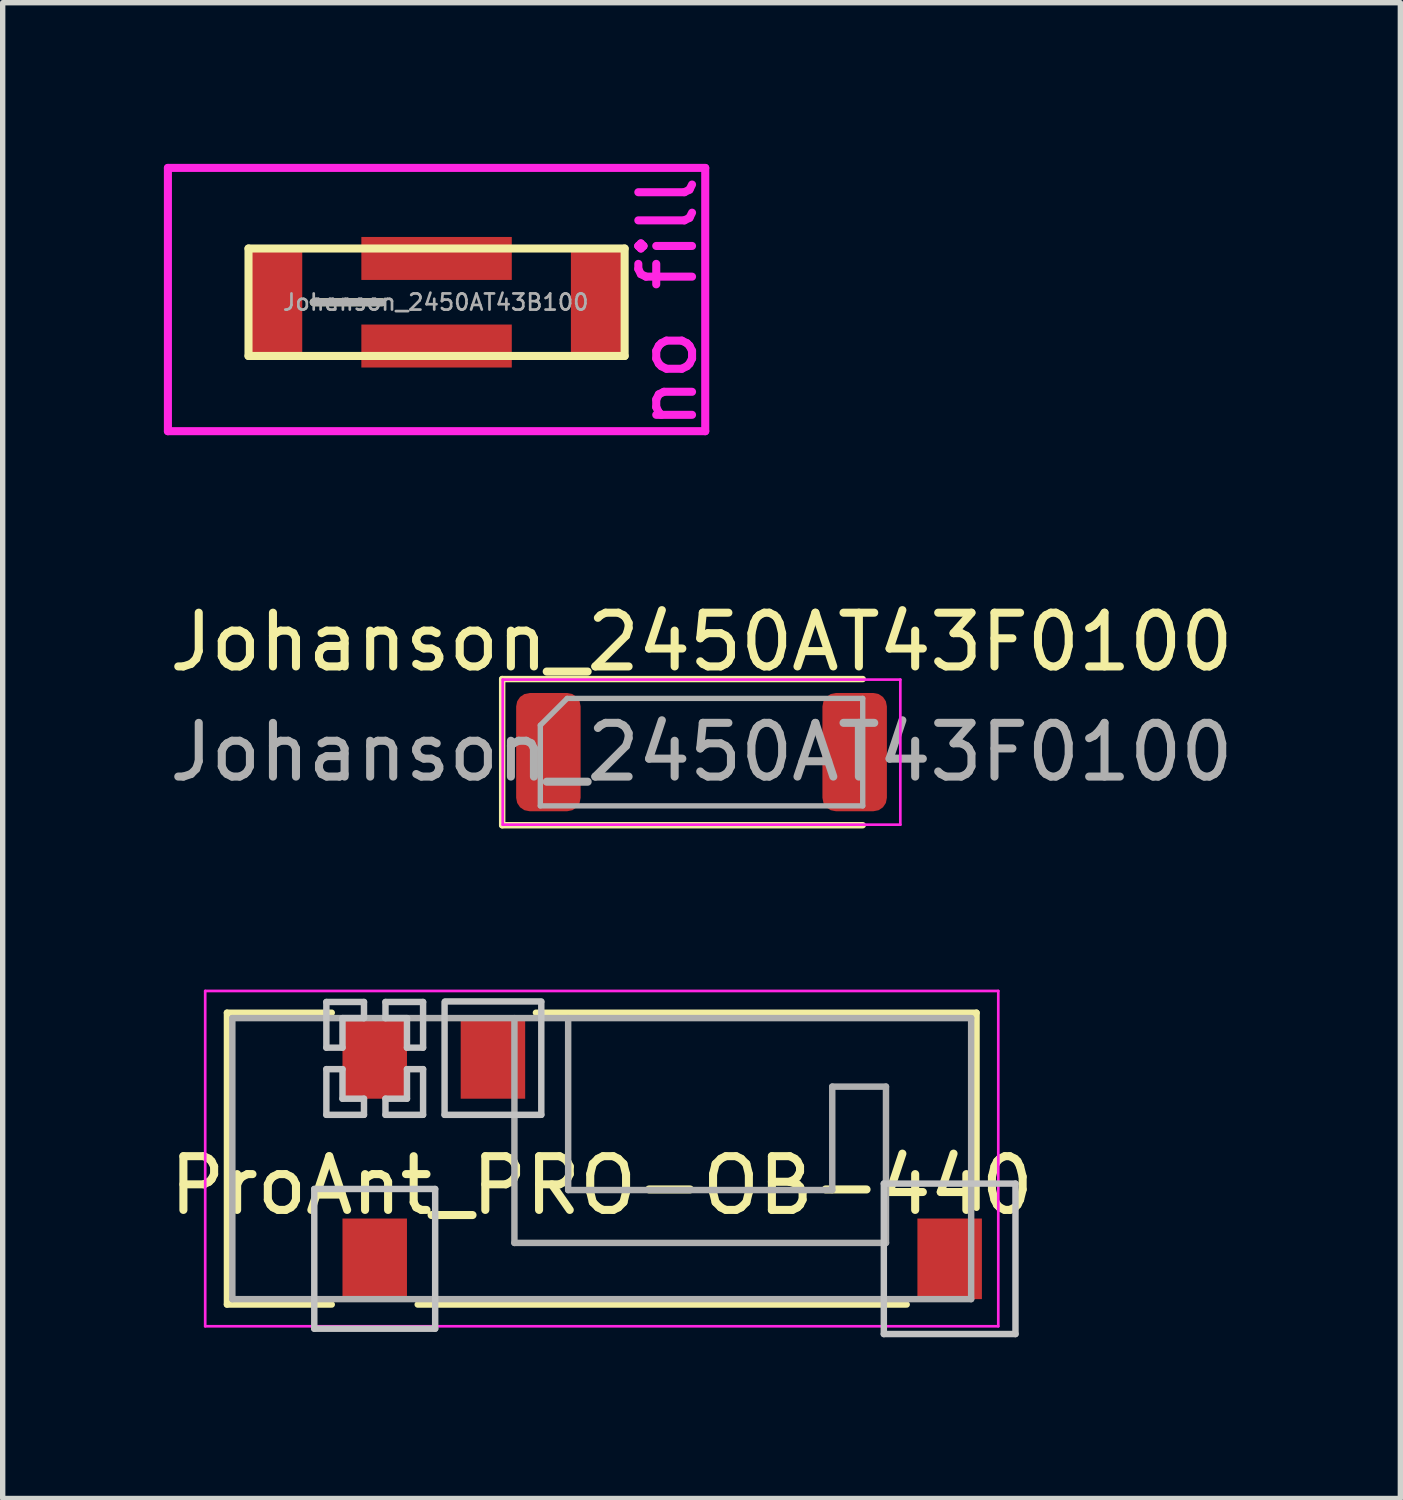
<source format=kicad_pcb>
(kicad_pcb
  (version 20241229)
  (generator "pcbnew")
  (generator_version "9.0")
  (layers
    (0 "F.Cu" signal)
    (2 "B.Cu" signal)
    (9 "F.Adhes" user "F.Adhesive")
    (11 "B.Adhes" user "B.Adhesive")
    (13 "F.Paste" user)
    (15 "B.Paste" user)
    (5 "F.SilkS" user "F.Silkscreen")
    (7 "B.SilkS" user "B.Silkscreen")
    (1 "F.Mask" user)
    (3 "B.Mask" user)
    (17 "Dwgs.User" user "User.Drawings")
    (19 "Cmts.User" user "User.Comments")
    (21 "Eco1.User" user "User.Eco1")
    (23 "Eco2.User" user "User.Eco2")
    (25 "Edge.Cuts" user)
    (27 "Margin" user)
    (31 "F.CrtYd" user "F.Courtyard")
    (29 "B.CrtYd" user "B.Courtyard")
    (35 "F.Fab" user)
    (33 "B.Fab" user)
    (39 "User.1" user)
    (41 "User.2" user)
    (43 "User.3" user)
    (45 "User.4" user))
  (footprint "Johanson_2450AT43B100"
    (layer "F.Cu")
    (at 5.075 2.575)
    (property "Reference" "Johanson_2450AT43B100" (at -0.015 0 0) (layer "F.Fab") (effects (font (size 0.3 0.3) (thickness 0.05))))
    (attr through_hole)
    (fp_line (start -3.5 -1) (end -3.5 1) (stroke (width 0.15) (type solid)) (layer "F.SilkS"))
    (fp_line (start -3.5 1) (end 3.5 1) (stroke (width 0.15) (type solid)) (layer "F.SilkS"))
    (fp_line (start -2.286 0) (end -1.016 0) (stroke (width 0.15) (type solid)) (layer "F.SilkS"))
    (fp_line (start 3.5 -1) (end -3.5 -1) (stroke (width 0.15) (type solid)) (layer "F.SilkS"))
    (fp_line (start 3.5 1) (end 3.5 -1) (stroke (width 0.15) (type solid)) (layer "F.SilkS"))
    (fp_line (start -5 -2.5) (end -5 2.4) (stroke (width 0.15) (type solid)) (layer "F.CrtYd"))
    (fp_line (start -5 2.4) (end 5 2.4) (stroke (width 0.15) (type solid)) (layer "F.CrtYd"))
    (fp_line (start 5 -2.5) (end -5 -2.5) (stroke (width 0.15) (type solid)) (layer "F.CrtYd"))
    (fp_line (start 5 2.4) (end 5 -2.5) (stroke (width 0.15) (type solid)) (layer "F.CrtYd"))
    (fp_line (start -2.286 0) (end -1.016 0) (stroke (width 0.15) (type solid)) (layer "F.Fab"))
    (fp_text user "no fill" (at 4.3 0 90) (layer "F.CrtYd") (effects (font (size 1 1) (thickness 0.15))))
    (pad "" smd rect (at 0 -0.815) (size 2.8 0.8) (layers "F.Cu" "F.Mask" "F.Paste"))
    (pad "" smd rect (at 0 0.815) (size 2.8 0.8) (layers "F.Cu" "F.Mask" "F.Paste"))
    (pad "" smd rect (at 3 0) (size 1 2) (layers "F.Cu" "F.Mask" "F.Paste"))
    (pad "1" smd rect (at -3 0) (size 1 2) (layers "F.Cu" "F.Mask" "F.Paste")))
  (footprint "ProAnt_PRO-OB-440"
    (layer "F.Cu")
    (at 8.149 18.513)
    (property "Reference" "ProAnt_PRO-OB-440" (at 0 0.5 0) (layer "F.SilkS") (effects (font (size 1 1) (thickness 0.15))))
    (attr smd)
    (fp_line (start -6.975 -2.715) (end -6.975 2.715) (stroke (width 0.12) (type solid)) (layer "F.SilkS"))
    (fp_line (start -6.975 2.715) (end -5.025 2.715) (stroke (width 0.12) (type solid)) (layer "F.SilkS"))
    (fp_line (start -5.025 -2.715) (end -6.975 -2.715) (stroke (width 0.12) (type solid)) (layer "F.SilkS"))
    (fp_line (start -3.425 2.715) (end 5.675 2.715) (stroke (width 0.12) (type solid)) (layer "F.SilkS"))
    (fp_line (start -1.225 -2.715) (end 6.975 -2.715) (stroke (width 0.12) (type solid)) (layer "F.SilkS"))
    (fp_line (start 6.975 -2.715) (end 6.975 0.915) (stroke (width 0.12) (type solid)) (layer "F.SilkS"))
    (fp_line (start -5.35 0.565) (end -3.1 0.565) (stroke (width 0.12) (type solid)) (layer "Dwgs.User"))
    (fp_line (start -5.35 3.165) (end -5.35 0.565) (stroke (width 0.12) (type solid)) (layer "Dwgs.User"))
    (fp_line (start -5.125 -2.915) (end -4.425 -2.915) (stroke (width 0.12) (type solid)) (layer "Dwgs.User"))
    (fp_line (start -5.125 -2.065) (end -5.125 -2.915) (stroke (width 0.12) (type solid)) (layer "Dwgs.User"))
    (fp_line (start -5.125 -1.665) (end -4.825 -1.665) (stroke (width 0.12) (type solid)) (layer "Dwgs.User"))
    (fp_line (start -5.125 -0.815) (end -5.125 -1.665) (stroke (width 0.12) (type solid)) (layer "Dwgs.User"))
    (fp_line (start -4.825 -2.615) (end -4.825 -2.065) (stroke (width 0.12) (type solid)) (layer "Dwgs.User"))
    (fp_line (start -4.825 -2.065) (end -5.125 -2.065) (stroke (width 0.12) (type solid)) (layer "Dwgs.User"))
    (fp_line (start -4.825 -1.665) (end -4.825 -1.115) (stroke (width 0.12) (type solid)) (layer "Dwgs.User"))
    (fp_line (start -4.825 -1.115) (end -4.425 -1.115) (stroke (width 0.12) (type solid)) (layer "Dwgs.User"))
    (fp_line (start -4.425 -2.915) (end -4.425 -2.615) (stroke (width 0.12) (type solid)) (layer "Dwgs.User"))
    (fp_line (start -4.425 -2.615) (end -4.825 -2.615) (stroke (width 0.12) (type solid)) (layer "Dwgs.User"))
    (fp_line (start -4.425 -1.115) (end -4.425 -0.815) (stroke (width 0.12) (type solid)) (layer "Dwgs.User"))
    (fp_line (start -4.425 -0.815) (end -5.125 -0.815) (stroke (width 0.12) (type solid)) (layer "Dwgs.User"))
    (fp_line (start -4.025 -2.915) (end -3.325 -2.915) (stroke (width 0.12) (type solid)) (layer "Dwgs.User"))
    (fp_line (start -4.025 -2.615) (end -4.025 -2.915) (stroke (width 0.12) (type solid)) (layer "Dwgs.User"))
    (fp_line (start -4.025 -1.115) (end -4.025 -0.815) (stroke (width 0.12) (type solid)) (layer "Dwgs.User"))
    (fp_line (start -4.025 -0.815) (end -3.325 -0.815) (stroke (width 0.12) (type solid)) (layer "Dwgs.User"))
    (fp_line (start -3.625 -2.615) (end -4.025 -2.615) (stroke (width 0.12) (type solid)) (layer "Dwgs.User"))
    (fp_line (start -3.625 -2.065) (end -3.625 -2.615) (stroke (width 0.12) (type solid)) (layer "Dwgs.User"))
    (fp_line (start -3.625 -1.665) (end -3.625 -1.115) (stroke (width 0.12) (type solid)) (layer "Dwgs.User"))
    (fp_line (start -3.625 -1.115) (end -4.025 -1.115) (stroke (width 0.12) (type solid)) (layer "Dwgs.User"))
    (fp_line (start -3.325 -2.915) (end -3.325 -2.065) (stroke (width 0.12) (type solid)) (layer "Dwgs.User"))
    (fp_line (start -3.325 -2.065) (end -3.625 -2.065) (stroke (width 0.12) (type solid)) (layer "Dwgs.User"))
    (fp_line (start -3.325 -1.665) (end -3.625 -1.665) (stroke (width 0.12) (type solid)) (layer "Dwgs.User"))
    (fp_line (start -3.325 -0.815) (end -3.325 -1.665) (stroke (width 0.12) (type solid)) (layer "Dwgs.User"))
    (fp_line (start -3.1 0.565) (end -3.1 3.165) (stroke (width 0.12) (type solid)) (layer "Dwgs.User"))
    (fp_line (start -3.1 3.165) (end -5.35 3.165) (stroke (width 0.12) (type solid)) (layer "Dwgs.User"))
    (fp_line (start -2.925 -2.915) (end -2.925 -0.815) (stroke (width 0.12) (type solid)) (layer "Dwgs.User"))
    (fp_line (start -2.925 -0.815) (end -1.125 -0.815) (stroke (width 0.12) (type solid)) (layer "Dwgs.User"))
    (fp_line (start -1.125 -2.925) (end -2.915 -2.925) (stroke (width 0.12) (type solid)) (layer "Dwgs.User"))
    (fp_line (start -1.125 -0.815) (end -1.125 -2.915) (stroke (width 0.12) (type solid)) (layer "Dwgs.User"))
    (fp_line (start 5.25 0.465) (end 7.7 0.465) (stroke (width 0.12) (type solid)) (layer "Dwgs.User"))
    (fp_line (start 5.25 3.265) (end 5.25 0.465) (stroke (width 0.12) (type solid)) (layer "Dwgs.User"))
    (fp_line (start 7.7 0.465) (end 7.7 3.265) (stroke (width 0.12) (type solid)) (layer "Dwgs.User"))
    (fp_line (start 7.7 3.265) (end 5.25 3.265) (stroke (width 0.12) (type solid)) (layer "Dwgs.User"))
    (fp_line (start -7.38 -3.12) (end 7.38 -3.12) (stroke (width 0.05) (type solid)) (layer "F.CrtYd"))
    (fp_line (start -7.38 3.12) (end -7.38 -3.12) (stroke (width 0.05) (type solid)) (layer "F.CrtYd"))
    (fp_line (start 7.38 -3.12) (end 7.38 3.12) (stroke (width 0.05) (type solid)) (layer "F.CrtYd"))
    (fp_line (start 7.38 3.12) (end -7.38 3.12) (stroke (width 0.05) (type solid)) (layer "F.CrtYd"))
    (fp_line (start -6.875 -2.615) (end 6.875 -2.615) (stroke (width 0.12) (type solid)) (layer "F.Fab"))
    (fp_line (start -6.875 2.615) (end -6.875 -2.615) (stroke (width 0.12) (type solid)) (layer "F.Fab"))
    (fp_line (start -1.625 1.569) (end -1.625 -2.615) (stroke (width 0.12) (type solid)) (layer "F.Fab"))
    (fp_line (start -0.625 -2.615) (end -0.625 0.585) (stroke (width 0.12) (type solid)) (layer "F.Fab"))
    (fp_line (start -0.625 0.585) (end 4.29 0.585) (stroke (width 0.12) (type solid)) (layer "F.Fab"))
    (fp_line (start 4.29 -1.34) (end 5.29 -1.34) (stroke (width 0.12) (type solid)) (layer "F.Fab"))
    (fp_line (start 4.29 0.585) (end 4.29 -1.34) (stroke (width 0.12) (type solid)) (layer "F.Fab"))
    (fp_line (start 5.29 -1.34) (end 5.29 1.569) (stroke (width 0.12) (type solid)) (layer "F.Fab"))
    (fp_line (start 5.29 1.569) (end -1.625 1.569) (stroke (width 0.12) (type solid)) (layer "F.Fab"))
    (fp_line (start 6.875 -2.615) (end 6.875 2.615) (stroke (width 0.12) (type solid)) (layer "F.Fab"))
    (fp_line (start 6.875 2.615) (end -6.875 2.615) (stroke (width 0.12) (type solid)) (layer "F.Fab"))
    (pad "1" smd rect (at -2.025 -1.865) (size 1.2 1.5) (layers "F.Cu" "F.Mask" "F.Paste"))
    (pad "2" smd rect (at -4.225 -1.865) (size 1.2 1.5) (layers "F.Cu" "F.Mask" "F.Paste"))
    (pad "3" smd rect (at -4.225 1.865) (size 1.2 1.5) (layers "F.Cu" "F.Mask" "F.Paste"))
    (pad "3" smd rect (at 6.475 1.865) (size 1.2 1.5) (layers "F.Cu" "F.Mask" "F.Paste")))
  (footprint "Johanson_2450AT43F0100"
    (layer "F.Cu")
    (at 10.006 10.948)
    (property "Reference" "Johanson_2450AT43F0100" (at 0 -2.05 0) (layer "F.SilkS") (effects (font (size 1 1) (thickness 0.15))))
    (attr smd)
    (fp_line (start -3.71 -1.36) (end -3.71 1.36) (stroke (width 0.12) (type solid)) (layer "F.SilkS"))
    (fp_line (start -3.71 1.36) (end 3 1.36) (stroke (width 0.12) (type solid)) (layer "F.SilkS"))
    (fp_line (start 3 -1.36) (end -3.71 -1.36) (stroke (width 0.12) (type solid)) (layer "F.SilkS"))
    (fp_line (start -3.7 -1.35) (end 3.7 -1.35) (stroke (width 0.05) (type solid)) (layer "F.CrtYd"))
    (fp_line (start -3.7 1.35) (end -3.7 -1.35) (stroke (width 0.05) (type solid)) (layer "F.CrtYd"))
    (fp_line (start 3.7 -1.35) (end 3.7 1.35) (stroke (width 0.05) (type solid)) (layer "F.CrtYd"))
    (fp_line (start 3.7 1.35) (end -3.7 1.35) (stroke (width 0.05) (type solid)) (layer "F.CrtYd"))
    (fp_line (start -3 -0.5) (end -3 1) (stroke (width 0.1) (type solid)) (layer "F.Fab"))
    (fp_line (start -3 1) (end 3 1) (stroke (width 0.1) (type solid)) (layer "F.Fab"))
    (fp_line (start -2.5 -1) (end -3 -0.5) (stroke (width 0.1) (type solid)) (layer "F.Fab"))
    (fp_line (start 3 -1) (end -2.5 -1) (stroke (width 0.1) (type solid)) (layer "F.Fab"))
    (fp_line (start 3 1) (end 3 -1) (stroke (width 0.1) (type solid)) (layer "F.Fab"))
    (fp_text user "${REFERENCE}" (at 0 0 0) (layer "F.Fab") (effects (font (size 1 1) (thickness 0.15))))
    (pad "1" smd roundrect (at -2.85 0) (size 1.2 2.2) (layers "F.Cu" "F.Mask" "F.Paste") (roundrect_rratio 0.208))
    (pad "2" smd roundrect (at 2.85 0) (size 1.2 2.2) (layers "F.Cu" "F.Mask" "F.Paste") (roundrect_rratio 0.208)))
  (gr_rect
    (start -3 -3)
    (end 23.012 24.838)
    (stroke (width 0.1) (type default))
    (fill no)
    (layer "Edge.Cuts")))
</source>
